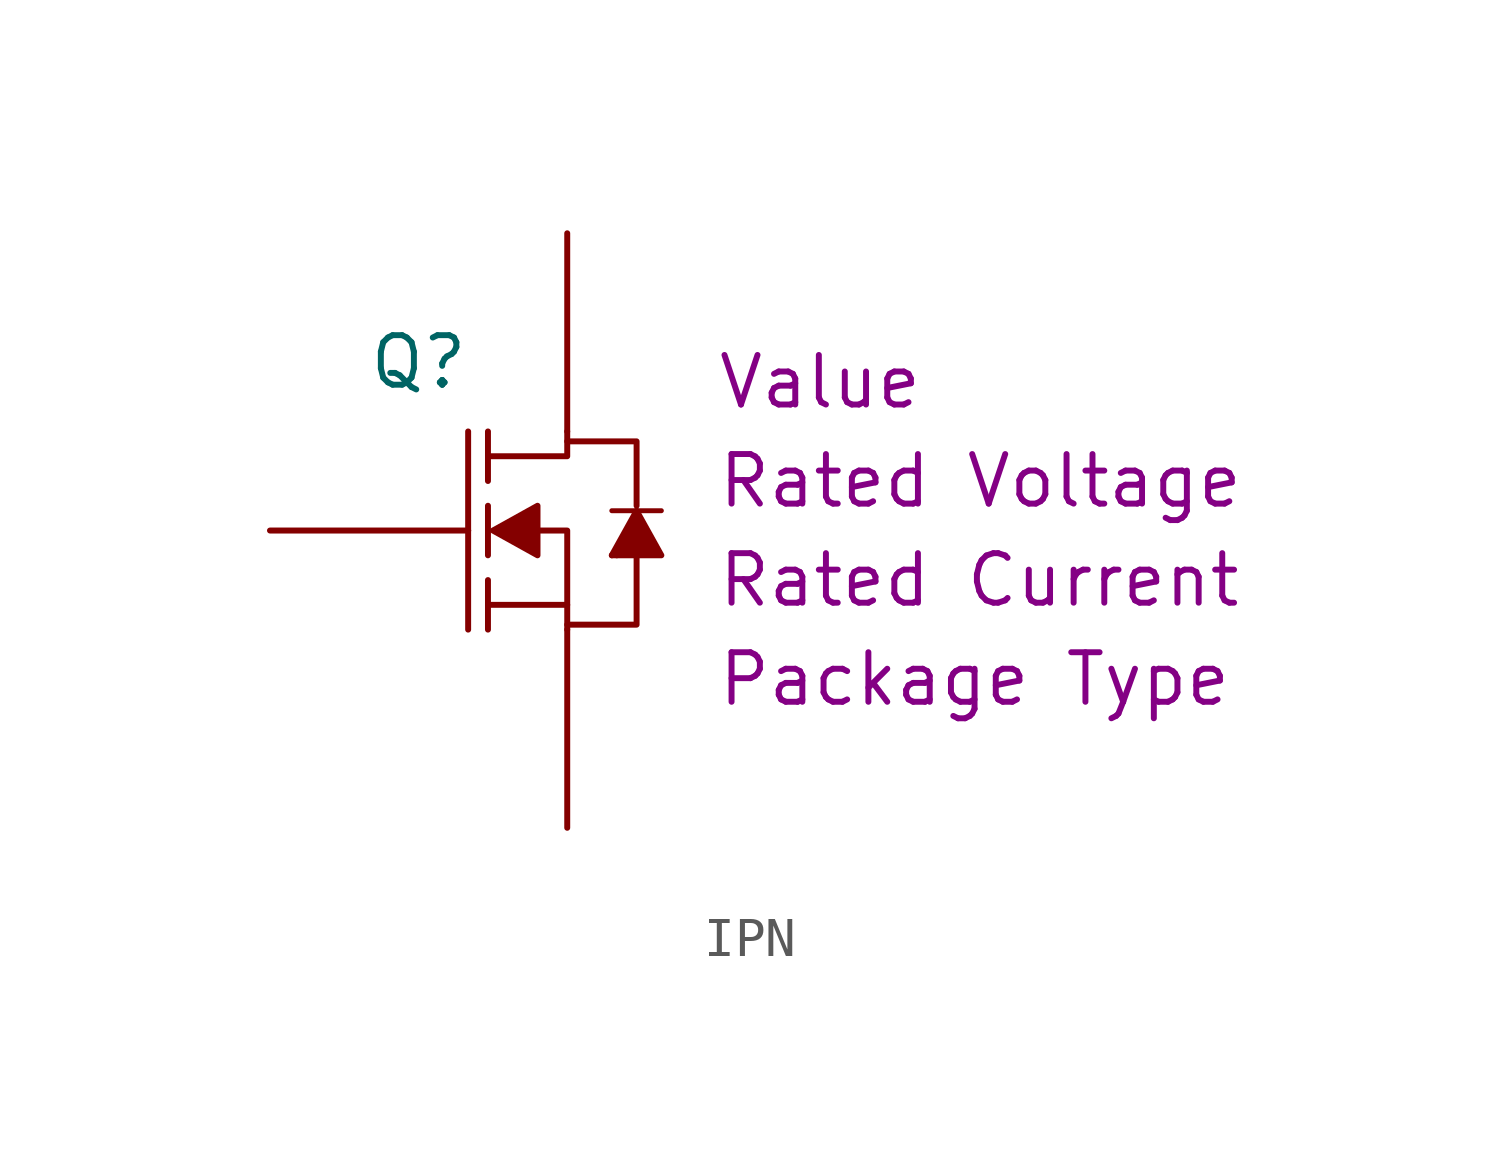
<source format=kicad_sym>
(kicad_symbol_lib
  (version 20211014)
  (generator kicad_symbol_editor)
  (symbol "IPN"
    (pin_numbers hide)
    (pin_names
      (offset 0) hide)
    (property "Reference" "Q"
      (at 0 4.318 0)
      (effects (font (size 1.27 1.27))))
    (property "Part Number" "Value"
      (at 7.62 3.81 0)
      (effects (font (size 1.27 1.27)) (justify left)))
    (property "Rated Voltage (Volt)" "Rated Voltage"
      (at 7.62 1.27 0)
      (effects (font (size 1.27 1.27)) (justify left)))
    (property "Rated Current (Amps)" "Rated Current"
      (at 7.62 -1.27 0)
      (effects (font (size 1.27 1.27)) (justify left)))
    (property "Package Type" "Package Type"
      (at 7.62 -3.81 0)
      (effects (font (size 1.27 1.27)) (justify left)))
    (symbol "IPN_0_1"
      (polyline (pts (xy 1.27 0) (xy 1.27 -2.54)) (stroke (width 0) (type default) (color 0 0 0 0)) (fill (type none)))
      (polyline (pts (xy 1.27 0) (xy 1.27 2.54)) (stroke (width 0) (type default) (color 0 0 0 0)) (fill (type none)))
      (polyline (pts (xy 1.778 -1.27) (xy 1.778 -2.54)) (stroke (width 0) (type default) (color 0 0 0 0)) (fill (type none)))
      (polyline (pts (xy 1.778 -0.635) (xy 1.778 0.635)) (stroke (width 0) (type default) (color 0 0 0 0)) (fill (type none)))
      (polyline (pts (xy 1.778 1.27) (xy 1.778 2.54)) (stroke (width 0) (type default) (color 0 0 0 0)) (fill (type none)))
      (polyline (pts (xy 3.81 -2.54) (xy 3.81 -1.905)) (stroke (width 0) (type default) (color 0 0 0 0)) (fill (type none)))
      (polyline (pts (xy 4.953 0.508) (xy 6.223 0.508)) (stroke (width 0.127) (type default) (color 0 0 0 0)) (fill (type none)))
      (polyline (pts (xy 5.08 -0.635) (xy 4.953 -0.635)) (stroke (width 0) (type default) (color 0 0 0 0)) (fill (type none)))
      (polyline (pts (xy 1.778 1.905) (xy 3.81 1.905) (xy 3.81 2.54)) (stroke (width 0) (type default) (color 0 0 0 0)) (fill (type none)))
      (polyline (pts (xy 5.588 -0.635) (xy 5.588 -2.413) (xy 3.81 -2.413)) (stroke (width 0) (type default) (color 0 0 0 0)) (fill (type none)))
      (polyline (pts (xy 5.588 0.635) (xy 5.588 2.286) (xy 3.81 2.286)) (stroke (width 0) (type default) (color 0 0 0 0)) (fill (type none)))
      (polyline (pts (xy 1.778 -1.905) (xy 3.81 -1.905) (xy 3.81 0) (xy 3.048 0)) (stroke (width 0) (type default) (color 0 0 0 0)) (fill (type none)))
      (polyline (pts (xy 1.905 0) (xy 3.048 0.635) (xy 3.048 -0.635) (xy 1.905 0)) (stroke (width 0) (type default) (color 0 0 0 0)) (fill (type outline)))
      (polyline (pts (xy 4.953 -0.635) (xy 5.588 0.508) (xy 6.223 -0.635) (xy 5.08 -0.635)) (stroke (width 0) (type default) (color 0 0 0 0)) (fill (type outline))))
    (symbol "IPN_1_1"
      (pin bidirectional line (at 3.81 7.62 270) (length 5.08) (name "D" (effects (font (size 1.27 1.27)))) (number "~" (effects (font (size 1.27 1.27)))))
      (pin input line (at -3.81 0 0) (length 5.08) (name "G" (effects (font (size 1.27 1.27)))) (number "~" (effects (font (size 1.27 1.27)))))
      (pin bidirectional line (at 3.81 -7.62 90) (length 5.08) (name "S" (effects (font (size 1.27 1.27)))) (number "~" (effects (font (size 1.27 1.27))))))))
</source>
